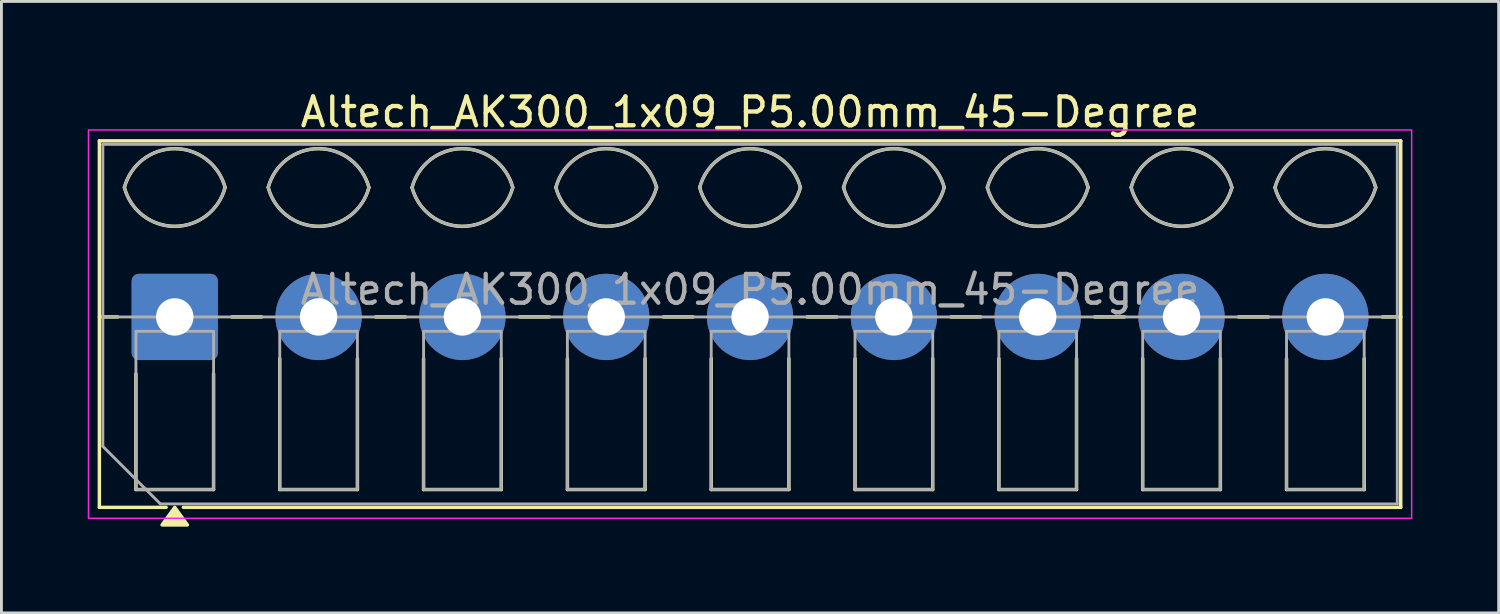
<source format=kicad_pcb>
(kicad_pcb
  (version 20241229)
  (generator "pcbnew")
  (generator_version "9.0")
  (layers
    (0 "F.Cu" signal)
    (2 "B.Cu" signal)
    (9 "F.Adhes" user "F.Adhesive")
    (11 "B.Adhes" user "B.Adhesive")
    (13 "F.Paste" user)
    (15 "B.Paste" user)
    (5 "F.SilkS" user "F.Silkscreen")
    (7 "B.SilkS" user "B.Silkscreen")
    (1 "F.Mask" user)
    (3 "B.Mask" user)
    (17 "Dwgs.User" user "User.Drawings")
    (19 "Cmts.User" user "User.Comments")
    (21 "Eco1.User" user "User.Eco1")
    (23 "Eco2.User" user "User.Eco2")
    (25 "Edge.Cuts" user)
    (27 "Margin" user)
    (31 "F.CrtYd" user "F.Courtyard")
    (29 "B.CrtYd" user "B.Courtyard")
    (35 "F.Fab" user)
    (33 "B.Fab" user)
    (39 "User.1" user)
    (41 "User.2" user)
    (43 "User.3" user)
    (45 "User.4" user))
  (footprint "Altech_AK300_1x09_P5.00mm_45-Degree"
    (layer "F.Cu")
    (at 3.025 7.968)
    (property "Reference" "Altech_AK300_1x09_P5.00mm_45-Degree" (at 20 -7.12 0) (layer "F.SilkS") (effects (font (size 1 1) (thickness 0.15))))
    (attr through_hole)
    (fp_line (start -2.62 -6.12) (end 42.62 -6.12) (stroke (width 0.12) (type solid)) (layer "F.SilkS"))
    (fp_line (start -2.62 0) (end -1.98 0) (stroke (width 0.12) (type solid)) (layer "F.SilkS"))
    (fp_line (start -2.62 6.62) (end -2.62 -6.12) (stroke (width 0.12) (type solid)) (layer "F.SilkS"))
    (fp_line (start -1.35 6) (end -1.35 1.98) (stroke (width 0.12) (type solid)) (layer "F.SilkS"))
    (fp_line (start -0.3 6.62) (end -2.62 6.62) (stroke (width 0.12) (type solid)) (layer "F.SilkS"))
    (fp_line (start 1.35 1.98) (end 1.35 6) (stroke (width 0.12) (type solid)) (layer "F.SilkS"))
    (fp_line (start 1.35 6) (end -1.35 6) (stroke (width 0.12) (type solid)) (layer "F.SilkS"))
    (fp_line (start 1.98 0) (end 3.02 0) (stroke (width 0.12) (type solid)) (layer "F.SilkS"))
    (fp_line (start 3.65 6) (end 3.65 1.448) (stroke (width 0.12) (type solid)) (layer "F.SilkS"))
    (fp_line (start 6.35 1.448) (end 6.35 6) (stroke (width 0.12) (type solid)) (layer "F.SilkS"))
    (fp_line (start 6.35 6) (end 3.65 6) (stroke (width 0.12) (type solid)) (layer "F.SilkS"))
    (fp_line (start 6.98 0) (end 8.02 0) (stroke (width 0.12) (type solid)) (layer "F.SilkS"))
    (fp_line (start 8.65 6) (end 8.65 1.448) (stroke (width 0.12) (type solid)) (layer "F.SilkS"))
    (fp_line (start 11.35 1.448) (end 11.35 6) (stroke (width 0.12) (type solid)) (layer "F.SilkS"))
    (fp_line (start 11.35 6) (end 8.65 6) (stroke (width 0.12) (type solid)) (layer "F.SilkS"))
    (fp_line (start 11.98 0) (end 13.02 0) (stroke (width 0.12) (type solid)) (layer "F.SilkS"))
    (fp_line (start 13.65 6) (end 13.65 1.448) (stroke (width 0.12) (type solid)) (layer "F.SilkS"))
    (fp_line (start 16.35 1.448) (end 16.35 6) (stroke (width 0.12) (type solid)) (layer "F.SilkS"))
    (fp_line (start 16.35 6) (end 13.65 6) (stroke (width 0.12) (type solid)) (layer "F.SilkS"))
    (fp_line (start 16.98 0) (end 18.02 0) (stroke (width 0.12) (type solid)) (layer "F.SilkS"))
    (fp_line (start 18.65 6) (end 18.65 1.448) (stroke (width 0.12) (type solid)) (layer "F.SilkS"))
    (fp_line (start 21.35 1.448) (end 21.35 6) (stroke (width 0.12) (type solid)) (layer "F.SilkS"))
    (fp_line (start 21.35 6) (end 18.65 6) (stroke (width 0.12) (type solid)) (layer "F.SilkS"))
    (fp_line (start 21.98 0) (end 23.02 0) (stroke (width 0.12) (type solid)) (layer "F.SilkS"))
    (fp_line (start 23.65 6) (end 23.65 1.448) (stroke (width 0.12) (type solid)) (layer "F.SilkS"))
    (fp_line (start 26.35 1.448) (end 26.35 6) (stroke (width 0.12) (type solid)) (layer "F.SilkS"))
    (fp_line (start 26.35 6) (end 23.65 6) (stroke (width 0.12) (type solid)) (layer "F.SilkS"))
    (fp_line (start 26.98 0) (end 28.02 0) (stroke (width 0.12) (type solid)) (layer "F.SilkS"))
    (fp_line (start 28.65 6) (end 28.65 1.448) (stroke (width 0.12) (type solid)) (layer "F.SilkS"))
    (fp_line (start 31.35 1.448) (end 31.35 6) (stroke (width 0.12) (type solid)) (layer "F.SilkS"))
    (fp_line (start 31.35 6) (end 28.65 6) (stroke (width 0.12) (type solid)) (layer "F.SilkS"))
    (fp_line (start 31.98 0) (end 33.02 0) (stroke (width 0.12) (type solid)) (layer "F.SilkS"))
    (fp_line (start 33.65 6) (end 33.65 1.448) (stroke (width 0.12) (type solid)) (layer "F.SilkS"))
    (fp_line (start 36.35 1.448) (end 36.35 6) (stroke (width 0.12) (type solid)) (layer "F.SilkS"))
    (fp_line (start 36.35 6) (end 33.65 6) (stroke (width 0.12) (type solid)) (layer "F.SilkS"))
    (fp_line (start 36.98 0) (end 38.02 0) (stroke (width 0.12) (type solid)) (layer "F.SilkS"))
    (fp_line (start 38.65 6) (end 38.65 1.448) (stroke (width 0.12) (type solid)) (layer "F.SilkS"))
    (fp_line (start 41.35 1.448) (end 41.35 6) (stroke (width 0.12) (type solid)) (layer "F.SilkS"))
    (fp_line (start 41.35 6) (end 38.65 6) (stroke (width 0.12) (type solid)) (layer "F.SilkS"))
    (fp_line (start 41.98 0) (end 42.62 0) (stroke (width 0.12) (type solid)) (layer "F.SilkS"))
    (fp_line (start 42.62 -6.12) (end 42.62 6.62) (stroke (width 0.12) (type solid)) (layer "F.SilkS"))
    (fp_line (start 42.62 6.62) (end 0.3 6.62) (stroke (width 0.12) (type solid)) (layer "F.SilkS"))
    (fp_arc (start -1.75 -4.5) (mid 0 -5.85) (end 1.75 -4.5) (stroke (width 0.12) (type solid)) (layer "F.SilkS"))
    (fp_arc (start 1.75 -4.5) (mid 0 -3.15) (end -1.75 -4.5) (stroke (width 0.12) (type solid)) (layer "F.SilkS"))
    (fp_arc (start 3.25 -4.5) (mid 5 -5.85) (end 6.75 -4.5) (stroke (width 0.12) (type solid)) (layer "F.SilkS"))
    (fp_arc (start 6.75 -4.5) (mid 5 -3.15) (end 3.25 -4.5) (stroke (width 0.12) (type solid)) (layer "F.SilkS"))
    (fp_arc (start 8.25 -4.5) (mid 10 -5.85) (end 11.75 -4.5) (stroke (width 0.12) (type solid)) (layer "F.SilkS"))
    (fp_arc (start 11.75 -4.5) (mid 10 -3.15) (end 8.25 -4.5) (stroke (width 0.12) (type solid)) (layer "F.SilkS"))
    (fp_arc (start 13.25 -4.5) (mid 15 -5.85) (end 16.75 -4.5) (stroke (width 0.12) (type solid)) (layer "F.SilkS"))
    (fp_arc (start 16.75 -4.5) (mid 15 -3.15) (end 13.25 -4.5) (stroke (width 0.12) (type solid)) (layer "F.SilkS"))
    (fp_arc (start 18.25 -4.5) (mid 20 -5.85) (end 21.75 -4.5) (stroke (width 0.12) (type solid)) (layer "F.SilkS"))
    (fp_arc (start 21.75 -4.5) (mid 20 -3.15) (end 18.25 -4.5) (stroke (width 0.12) (type solid)) (layer "F.SilkS"))
    (fp_arc (start 23.25 -4.5) (mid 25 -5.85) (end 26.75 -4.5) (stroke (width 0.12) (type solid)) (layer "F.SilkS"))
    (fp_arc (start 26.75 -4.5) (mid 25 -3.15) (end 23.25 -4.5) (stroke (width 0.12) (type solid)) (layer "F.SilkS"))
    (fp_arc (start 28.25 -4.5) (mid 30 -5.85) (end 31.75 -4.5) (stroke (width 0.12) (type solid)) (layer "F.SilkS"))
    (fp_arc (start 31.75 -4.5) (mid 30 -3.15) (end 28.25 -4.5) (stroke (width 0.12) (type solid)) (layer "F.SilkS"))
    (fp_arc (start 33.25 -4.5) (mid 35 -5.85) (end 36.75 -4.5) (stroke (width 0.12) (type solid)) (layer "F.SilkS"))
    (fp_arc (start 36.75 -4.5) (mid 35 -3.15) (end 33.25 -4.5) (stroke (width 0.12) (type solid)) (layer "F.SilkS"))
    (fp_arc (start 38.25 -4.5) (mid 40 -5.85) (end 41.75 -4.5) (stroke (width 0.12) (type solid)) (layer "F.SilkS"))
    (fp_arc (start 41.75 -4.5) (mid 40 -3.15) (end 38.25 -4.5) (stroke (width 0.12) (type solid)) (layer "F.SilkS"))
    (fp_poly (pts (xy 0 6.62) (xy 0.44 7.23) (xy -0.44 7.23)) (stroke (width 0.12) (type solid)) (fill yes) (layer "F.SilkS"))
    (fp_rect (start -3 -6.5) (end 43 7) (stroke (width 0.05) (type solid)) (fill no) (layer "F.CrtYd"))
    (fp_line (start -2.5 -6) (end 42.5 -6) (stroke (width 0.1) (type solid)) (layer "F.Fab"))
    (fp_line (start -2.5 0) (end 42.5 0) (stroke (width 0.1) (type solid)) (layer "F.Fab"))
    (fp_line (start -2.5 4.5) (end -2.5 -6) (stroke (width 0.1) (type solid)) (layer "F.Fab"))
    (fp_line (start -0.5 6.5) (end -2.5 4.5) (stroke (width 0.1) (type solid)) (layer "F.Fab"))
    (fp_line (start 42.5 -6) (end 42.5 6.5) (stroke (width 0.1) (type solid)) (layer "F.Fab"))
    (fp_line (start 42.5 6.5) (end -0.5 6.5) (stroke (width 0.1) (type solid)) (layer "F.Fab"))
    (fp_rect (start -1.35 0.5) (end 1.35 6) (stroke (width 0.1) (type solid)) (fill no) (layer "F.Fab"))
    (fp_rect (start 3.65 0.5) (end 6.35 6) (stroke (width 0.1) (type solid)) (fill no) (layer "F.Fab"))
    (fp_rect (start 8.65 0.5) (end 11.351 6) (stroke (width 0.1) (type solid)) (fill no) (layer "F.Fab"))
    (fp_rect (start 13.65 0.5) (end 16.351 6) (stroke (width 0.1) (type solid)) (fill no) (layer "F.Fab"))
    (fp_rect (start 18.65 0.5) (end 21.35 6) (stroke (width 0.1) (type solid)) (fill no) (layer "F.Fab"))
    (fp_rect (start 23.65 0.5) (end 26.35 6) (stroke (width 0.1) (type solid)) (fill no) (layer "F.Fab"))
    (fp_rect (start 28.65 0.5) (end 31.35 6) (stroke (width 0.1) (type solid)) (fill no) (layer "F.Fab"))
    (fp_rect (start 33.65 0.5) (end 36.35 6) (stroke (width 0.1) (type solid)) (fill no) (layer "F.Fab"))
    (fp_rect (start 38.65 0.5) (end 41.35 6) (stroke (width 0.1) (type solid)) (fill no) (layer "F.Fab"))
    (fp_arc (start -1.75 -4.5) (mid 0 -5.85) (end 1.75 -4.5) (stroke (width 0.1) (type solid)) (layer "F.Fab"))
    (fp_arc (start 1.75 -4.5) (mid 0 -3.15) (end -1.75 -4.5) (stroke (width 0.1) (type solid)) (layer "F.Fab"))
    (fp_arc (start 3.25 -4.5) (mid 5 -5.85) (end 6.75 -4.5) (stroke (width 0.1) (type solid)) (layer "F.Fab"))
    (fp_arc (start 6.75 -4.5) (mid 5 -3.15) (end 3.25 -4.5) (stroke (width 0.1) (type solid)) (layer "F.Fab"))
    (fp_arc (start 8.25 -4.5) (mid 10 -5.85) (end 11.75 -4.5) (stroke (width 0.1) (type solid)) (layer "F.Fab"))
    (fp_arc (start 11.75 -4.5) (mid 10 -3.15) (end 8.25 -4.5) (stroke (width 0.1) (type solid)) (layer "F.Fab"))
    (fp_arc (start 13.25 -4.5) (mid 15 -5.85) (end 16.75 -4.5) (stroke (width 0.1) (type solid)) (layer "F.Fab"))
    (fp_arc (start 16.75 -4.5) (mid 15 -3.15) (end 13.25 -4.5) (stroke (width 0.1) (type solid)) (layer "F.Fab"))
    (fp_arc (start 18.25 -4.5) (mid 20 -5.85) (end 21.75 -4.5) (stroke (width 0.1) (type solid)) (layer "F.Fab"))
    (fp_arc (start 21.75 -4.5) (mid 20 -3.15) (end 18.25 -4.5) (stroke (width 0.1) (type solid)) (layer "F.Fab"))
    (fp_arc (start 23.25 -4.5) (mid 25 -5.85) (end 26.75 -4.5) (stroke (width 0.1) (type solid)) (layer "F.Fab"))
    (fp_arc (start 26.75 -4.5) (mid 25 -3.15) (end 23.25 -4.5) (stroke (width 0.1) (type solid)) (layer "F.Fab"))
    (fp_arc (start 28.25 -4.5) (mid 30 -5.85) (end 31.75 -4.5) (stroke (width 0.1) (type solid)) (layer "F.Fab"))
    (fp_arc (start 31.75 -4.5) (mid 30 -3.15) (end 28.25 -4.5) (stroke (width 0.1) (type solid)) (layer "F.Fab"))
    (fp_arc (start 33.25 -4.5) (mid 35 -5.85) (end 36.75 -4.5) (stroke (width 0.1) (type solid)) (layer "F.Fab"))
    (fp_arc (start 36.75 -4.5) (mid 35 -3.15) (end 33.25 -4.5) (stroke (width 0.1) (type solid)) (layer "F.Fab"))
    (fp_arc (start 38.25 -4.5) (mid 40 -5.85) (end 41.75 -4.5) (stroke (width 0.1) (type solid)) (layer "F.Fab"))
    (fp_arc (start 41.75 -4.5) (mid 40 -3.15) (end 38.25 -4.5) (stroke (width 0.1) (type solid)) (layer "F.Fab"))
    (fp_text user "${REFERENCE}" (at 20 -0.95 0) (layer "F.Fab") (effects (font (size 1 1) (thickness 0.15))))
    (pad "1" thru_hole roundrect (at 0 0) (size 3 3) (drill 1.3) (layers "*.Cu" "*.Mask") (roundrect_rratio 0.083))
    (pad "2" thru_hole circle (at 5 0) (size 3 3) (drill 1.3) (layers "*.Cu" "*.Mask"))
    (pad "3" thru_hole circle (at 10 0) (size 3 3) (drill 1.3) (layers "*.Cu" "*.Mask"))
    (pad "4" thru_hole circle (at 15 0) (size 3 3) (drill 1.3) (layers "*.Cu" "*.Mask"))
    (pad "5" thru_hole circle (at 20 0) (size 3 3) (drill 1.3) (layers "*.Cu" "*.Mask"))
    (pad "6" thru_hole circle (at 25 0) (size 3 3) (drill 1.3) (layers "*.Cu" "*.Mask"))
    (pad "7" thru_hole circle (at 30 0) (size 3 3) (drill 1.3) (layers "*.Cu" "*.Mask"))
    (pad "8" thru_hole circle (at 35 0) (size 3 3) (drill 1.3) (layers "*.Cu" "*.Mask"))
    (pad "9" thru_hole circle (at 40 0) (size 3 3) (drill 1.3) (layers "*.Cu" "*.Mask")))
  (gr_rect
    (start -3 -3)
    (end 49.05 18.258)
    (stroke (width 0.1) (type default))
    (fill no)
    (layer "Edge.Cuts")))
</source>
